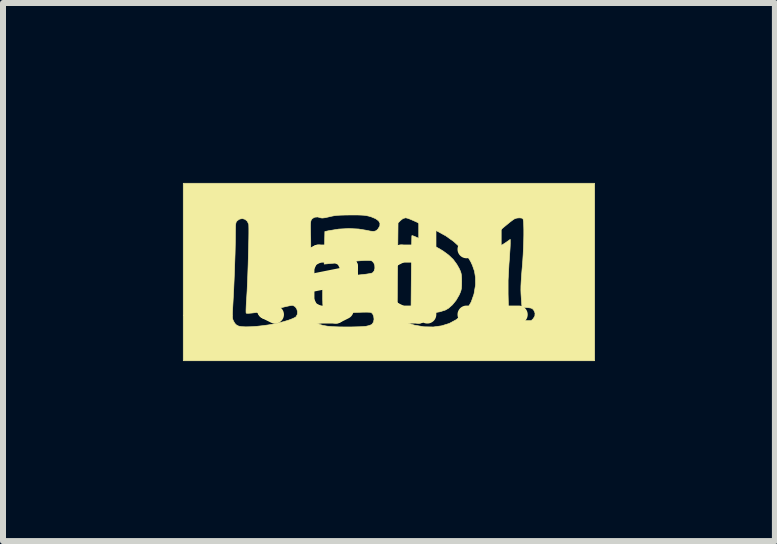
<source format=kicad_pcb>
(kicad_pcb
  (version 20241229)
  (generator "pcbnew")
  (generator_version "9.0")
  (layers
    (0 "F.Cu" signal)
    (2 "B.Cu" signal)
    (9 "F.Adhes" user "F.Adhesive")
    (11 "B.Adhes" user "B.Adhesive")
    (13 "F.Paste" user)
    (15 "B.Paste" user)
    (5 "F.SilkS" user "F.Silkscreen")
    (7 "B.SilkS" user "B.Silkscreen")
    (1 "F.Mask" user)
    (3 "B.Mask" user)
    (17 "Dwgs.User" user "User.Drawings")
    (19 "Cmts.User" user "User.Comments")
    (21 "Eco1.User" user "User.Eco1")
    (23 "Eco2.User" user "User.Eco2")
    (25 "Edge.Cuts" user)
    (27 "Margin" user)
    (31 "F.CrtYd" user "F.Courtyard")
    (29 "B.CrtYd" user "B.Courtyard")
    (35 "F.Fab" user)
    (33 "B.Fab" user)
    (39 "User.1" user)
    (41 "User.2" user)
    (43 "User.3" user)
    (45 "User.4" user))
  (footprint "led1"
    (layer "F.Cu")
    (at 3.421 1.505)
    (property "Reference" "led1" (at 0 0 0) (layer "F.SilkS") (effects (font (size 1.524 1.524) (thickness 0.3))))
    (attr through_hole)
    (fp_poly (pts (xy 0.41 -0.625) (xy 0.444 -0.612) (xy 0.493 -0.59) (xy 0.553 -0.562) (xy 0.62 -0.53) (xy 0.69 -0.495) (xy 0.758 -0.46) (xy 0.821 -0.426) (xy 0.874 -0.396) (xy 0.913 -0.372) (xy 0.914 -0.372) (xy 1.01 -0.301) (xy 1.085 -0.229) (xy 1.144 -0.149) (xy 1.183 -0.081) (xy 1.203 -0.038) (xy 1.215 -0.003) (xy 1.222 0.034) (xy 1.225 0.081) (xy 1.226 0.14) (xy 1.225 0.205) (xy 1.222 0.251) (xy 1.214 0.289) (xy 1.2 0.327) (xy 1.183 0.365) (xy 1.133 0.451) (xy 1.072 0.526) (xy 1.005 0.585) (xy 0.952 0.615) (xy 0.863 0.643) (xy 0.759 0.661) (xy 0.652 0.667) (xy 0.551 0.66) (xy 0.525 0.655) (xy 0.477 0.642) (xy 0.432 0.624) (xy 0.424 0.619) (xy 0.382 0.595) (xy 0.387 -0.014) (xy 0.388 -0.139) (xy 0.389 -0.256) (xy 0.39 -0.361) (xy 0.391 -0.453) (xy 0.393 -0.528) (xy 0.394 -0.584) (xy 0.395 -0.618) (xy 0.396 -0.627) (xy 0.41 -0.625)) (stroke (width 0.01) (type solid)) (fill yes) (layer "F.SilkS"))
    (fp_poly (pts (xy 3.443 1.46) (xy -3.416 1.46) (xy -3.416 0.7) (xy -2.596 0.7) (xy -2.595 0.735) (xy -2.592 0.76) (xy -2.586 0.78) (xy -2.577 0.799) (xy -2.555 0.837) (xy -2.528 0.864) (xy -2.491 0.882) (xy -2.441 0.891) (xy -2.373 0.894) (xy -2.284 0.892) (xy -2.196 0.886) (xy -2.096 0.875) (xy -1.998 0.862) (xy -1.94 0.852) (xy -1.833 0.83) (xy -1.737 0.806) (xy -1.655 0.781) (xy -1.59 0.756) (xy -1.546 0.734) (xy -1.533 0.722) (xy -1.513 0.684) (xy -1.511 0.638) (xy -1.524 0.594) (xy -1.55 0.558) (xy -1.585 0.538) (xy -1.602 0.536) (xy -1.625 0.539) (xy -1.669 0.548) (xy -1.727 0.561) (xy -1.794 0.578) (xy -1.817 0.583) (xy -1.887 0.6) (xy -1.966 0.616) (xy -2.048 0.631) (xy -2.129 0.645) (xy -2.205 0.656) (xy -2.272 0.664) (xy -2.324 0.668) (xy -2.357 0.668) (xy -2.367 0.665) (xy -2.369 0.649) (xy -2.369 0.611) (xy -2.367 0.556) (xy -2.364 0.488) (xy -2.36 0.438) (xy -2.356 0.371) (xy -2.351 0.291) (xy -1.32 0.291) (xy -1.32 0.388) (xy -1.318 0.472) (xy -1.314 0.537) (xy -1.313 0.548) (xy -1.295 0.644) (xy -1.267 0.726) (xy -1.231 0.79) (xy -1.189 0.831) (xy -1.183 0.834) (xy -1.138 0.855) (xy -1.083 0.871) (xy -1.013 0.883) (xy -0.927 0.891) (xy -0.819 0.895) (xy -0.71 0.896) (xy -0.623 0.896) (xy -0.539 0.894) (xy -0.465 0.892) (xy -0.406 0.888) (xy -0.37 0.885) (xy -0.323 0.874) (xy -0.284 0.86) (xy -0.268 0.85) (xy -0.244 0.814) (xy -0.235 0.767) (xy -0.241 0.718) (xy -0.259 0.677) (xy -0.282 0.656) (xy -0.306 0.651) (xy -0.356 0.649) (xy -0.433 0.65) (xy -0.536 0.654) (xy -0.613 0.657) (xy -0.705 0.661) (xy -0.791 0.663) (xy -0.868 0.665) (xy -0.93 0.665) (xy -0.971 0.664) (xy -0.982 0.663) (xy -1.017 0.656) (xy -1.044 0.646) (xy -1.063 0.629) (xy -1.077 0.602) (xy -1.085 0.56) (xy -1.09 0.502) (xy -1.09 0.478) (xy 0.152 0.478) (xy 0.153 0.56) (xy 0.155 0.625) (xy 0.159 0.676) (xy 0.165 0.714) (xy 0.172 0.743) (xy 0.183 0.763) (xy 0.196 0.777) (xy 0.212 0.787) (xy 0.231 0.796) (xy 0.254 0.804) (xy 0.276 0.813) (xy 0.435 0.865) (xy 0.595 0.893) (xy 0.755 0.896) (xy 0.891 0.877) (xy 1.02 0.837) (xy 1.135 0.775) (xy 1.226 0.7) (xy 1.741 0.7) (xy 1.754 0.745) (xy 1.768 0.764) (xy 1.779 0.772) (xy 1.792 0.779) (xy 1.812 0.784) (xy 1.842 0.787) (xy 1.886 0.789) (xy 1.947 0.79) (xy 2.029 0.79) (xy 2.09 0.79) (xy 2.386 0.79) (xy 2.419 0.758) (xy 2.446 0.713) (xy 2.449 0.664) (xy 2.427 0.615) (xy 2.424 0.612) (xy 2.405 0.592) (xy 2.38 0.581) (xy 2.341 0.575) (xy 2.314 0.573) (xy 2.231 0.569) (xy 2.219 0.404) (xy 2.215 0.341) (xy 2.213 0.278) (xy 2.214 0.211) (xy 2.218 0.134) (xy 2.224 0.042) (xy 2.233 -0.071) (xy 2.235 -0.092) (xy 2.244 -0.203) (xy 2.251 -0.316) (xy 2.256 -0.428) (xy 2.26 -0.537) (xy 2.262 -0.638) (xy 2.262 -0.728) (xy 2.26 -0.803) (xy 2.257 -0.861) (xy 2.251 -0.897) (xy 2.247 -0.908) (xy 2.224 -0.92) (xy 2.185 -0.923) (xy 2.143 -0.919) (xy 2.108 -0.907) (xy 2.079 -0.888) (xy 2.036 -0.856) (xy 1.986 -0.815) (xy 1.931 -0.77) (xy 1.877 -0.723) (xy 1.829 -0.68) (xy 1.79 -0.644) (xy 1.767 -0.619) (xy 1.763 -0.614) (xy 1.744 -0.565) (xy 1.75 -0.522) (xy 1.774 -0.488) (xy 1.811 -0.462) (xy 1.853 -0.457) (xy 1.902 -0.473) (xy 1.96 -0.51) (xy 2.036 -0.564) (xy 2.036 -0.494) (xy 2.035 -0.458) (xy 2.032 -0.401) (xy 2.027 -0.329) (xy 2.022 -0.247) (xy 2.015 -0.161) (xy 2 0.119) (xy 2 0.345) (xy 2.006 0.589) (xy 1.909 0.589) (xy 1.853 0.591) (xy 1.815 0.597) (xy 1.787 0.61) (xy 1.777 0.617) (xy 1.749 0.655) (xy 1.741 0.7) (xy 1.226 0.7) (xy 1.236 0.693) (xy 1.32 0.593) (xy 1.386 0.477) (xy 1.431 0.348) (xy 1.455 0.207) (xy 1.457 0.181) (xy 1.456 0.07) (xy 1.44 -0.032) (xy 1.405 -0.133) (xy 1.375 -0.197) (xy 1.302 -0.314) (xy 1.207 -0.425) (xy 1.093 -0.529) (xy 0.964 -0.621) (xy 0.825 -0.698) (xy 0.737 -0.736) (xy 0.683 -0.758) (xy 0.615 -0.788) (xy 0.542 -0.821) (xy 0.482 -0.85) (xy 0.42 -0.878) (xy 0.364 -0.902) (xy 0.319 -0.918) (xy 0.291 -0.924) (xy 0.29 -0.924) (xy 0.247 -0.911) (xy 0.208 -0.881) (xy 0.165 -0.837) (xy 0.157 -0.054) (xy 0.155 0.114) (xy 0.154 0.258) (xy 0.153 0.378) (xy 0.152 0.478) (xy -1.09 0.478) (xy -1.092 0.422) (xy -1.092 0.34) (xy -1.091 0.262) (xy -1.091 0.193) (xy -1.089 0.139) (xy -1.087 0.103) (xy -1.085 0.089) (xy -1.071 0.087) (xy -1.033 0.082) (xy -0.975 0.076) (xy -0.9 0.068) (xy -0.813 0.06) (xy -0.715 0.051) (xy -0.684 0.048) (xy -0.554 0.036) (xy -0.449 0.025) (xy -0.368 0.016) (xy -0.31 0.007) (xy -0.273 -0.001) (xy -0.259 -0.007) (xy -0.233 -0.038) (xy -0.221 -0.082) (xy -0.223 -0.129) (xy -0.239 -0.172) (xy -0.266 -0.202) (xy -0.275 -0.206) (xy -0.296 -0.211) (xy -0.328 -0.213) (xy -0.374 -0.213) (xy -0.436 -0.21) (xy -0.517 -0.204) (xy -0.62 -0.194) (xy -0.747 -0.182) (xy -0.75 -0.182) (xy -0.839 -0.173) (xy -0.918 -0.166) (xy -0.984 -0.16) (xy -1.032 -0.155) (xy -1.061 -0.153) (xy -1.066 -0.152) (xy -1.066 -0.166) (xy -1.066 -0.202) (xy -1.065 -0.256) (xy -1.064 -0.326) (xy -1.062 -0.406) (xy -1.061 -0.425) (xy -1.055 -0.695) (xy -0.989 -0.709) (xy -0.822 -0.736) (xy -0.654 -0.745) (xy -0.492 -0.737) (xy -0.364 -0.716) (xy -0.297 -0.702) (xy -0.249 -0.697) (xy -0.215 -0.702) (xy -0.188 -0.718) (xy -0.169 -0.738) (xy -0.139 -0.787) (xy -0.136 -0.832) (xy -0.159 -0.873) (xy -0.208 -0.909) (xy -0.282 -0.94) (xy -0.286 -0.941) (xy -0.324 -0.952) (xy -0.36 -0.96) (xy -0.4 -0.966) (xy -0.45 -0.969) (xy -0.513 -0.971) (xy -0.597 -0.971) (xy -0.623 -0.971) (xy -0.717 -0.97) (xy -0.789 -0.968) (xy -0.847 -0.965) (xy -0.897 -0.959) (xy -0.944 -0.95) (xy -0.982 -0.941) (xy -1.048 -0.926) (xy -1.093 -0.92) (xy -1.12 -0.922) (xy -1.125 -0.924) (xy -1.174 -0.938) (xy -1.223 -0.934) (xy -1.263 -0.912) (xy -1.271 -0.903) (xy -1.28 -0.89) (xy -1.287 -0.876) (xy -1.291 -0.856) (xy -1.294 -0.826) (xy -1.295 -0.783) (xy -1.294 -0.723) (xy -1.293 -0.642) (xy -1.291 -0.585) (xy -1.29 -0.483) (xy -1.29 -0.385) (xy -1.291 -0.298) (xy -1.294 -0.228) (xy -1.298 -0.188) (xy -1.305 -0.113) (xy -1.311 -0.022) (xy -1.316 0.08) (xy -1.319 0.186) (xy -1.32 0.291) (xy -2.351 0.291) (xy -2.351 0.288) (xy -2.347 0.191) (xy -2.342 0.083) (xy -2.338 -0.031) (xy -2.334 -0.148) (xy -2.331 -0.265) (xy -2.328 -0.38) (xy -2.325 -0.488) (xy -2.323 -0.586) (xy -2.322 -0.671) (xy -2.322 -0.74) (xy -2.323 -0.789) (xy -2.324 -0.815) (xy -2.325 -0.817) (xy -2.348 -0.866) (xy -2.385 -0.898) (xy -2.43 -0.911) (xy -2.477 -0.902) (xy -2.512 -0.878) (xy -2.526 -0.864) (xy -2.535 -0.848) (xy -2.54 -0.827) (xy -2.544 -0.794) (xy -2.545 -0.745) (xy -2.546 -0.675) (xy -2.546 -0.66) (xy -2.547 -0.567) (xy -2.549 -0.452) (xy -2.552 -0.322) (xy -2.557 -0.18) (xy -2.562 -0.033) (xy -2.568 0.114) (xy -2.574 0.255) (xy -2.581 0.386) (xy -2.587 0.498) (xy -2.592 0.586) (xy -2.595 0.652) (xy -2.596 0.7) (xy -3.416 0.7) (xy -3.416 -1.5) (xy 3.443 -1.5) (xy 3.443 1.46)) (stroke (width 0.01) (type solid)) (fill yes) (layer "F.SilkS")))
  (gr_rect
    (start -3 -3)
    (end 9.869 5.971)
    (stroke (width 0.1) (type default))
    (fill no)
    (layer "Edge.Cuts")))
</source>
